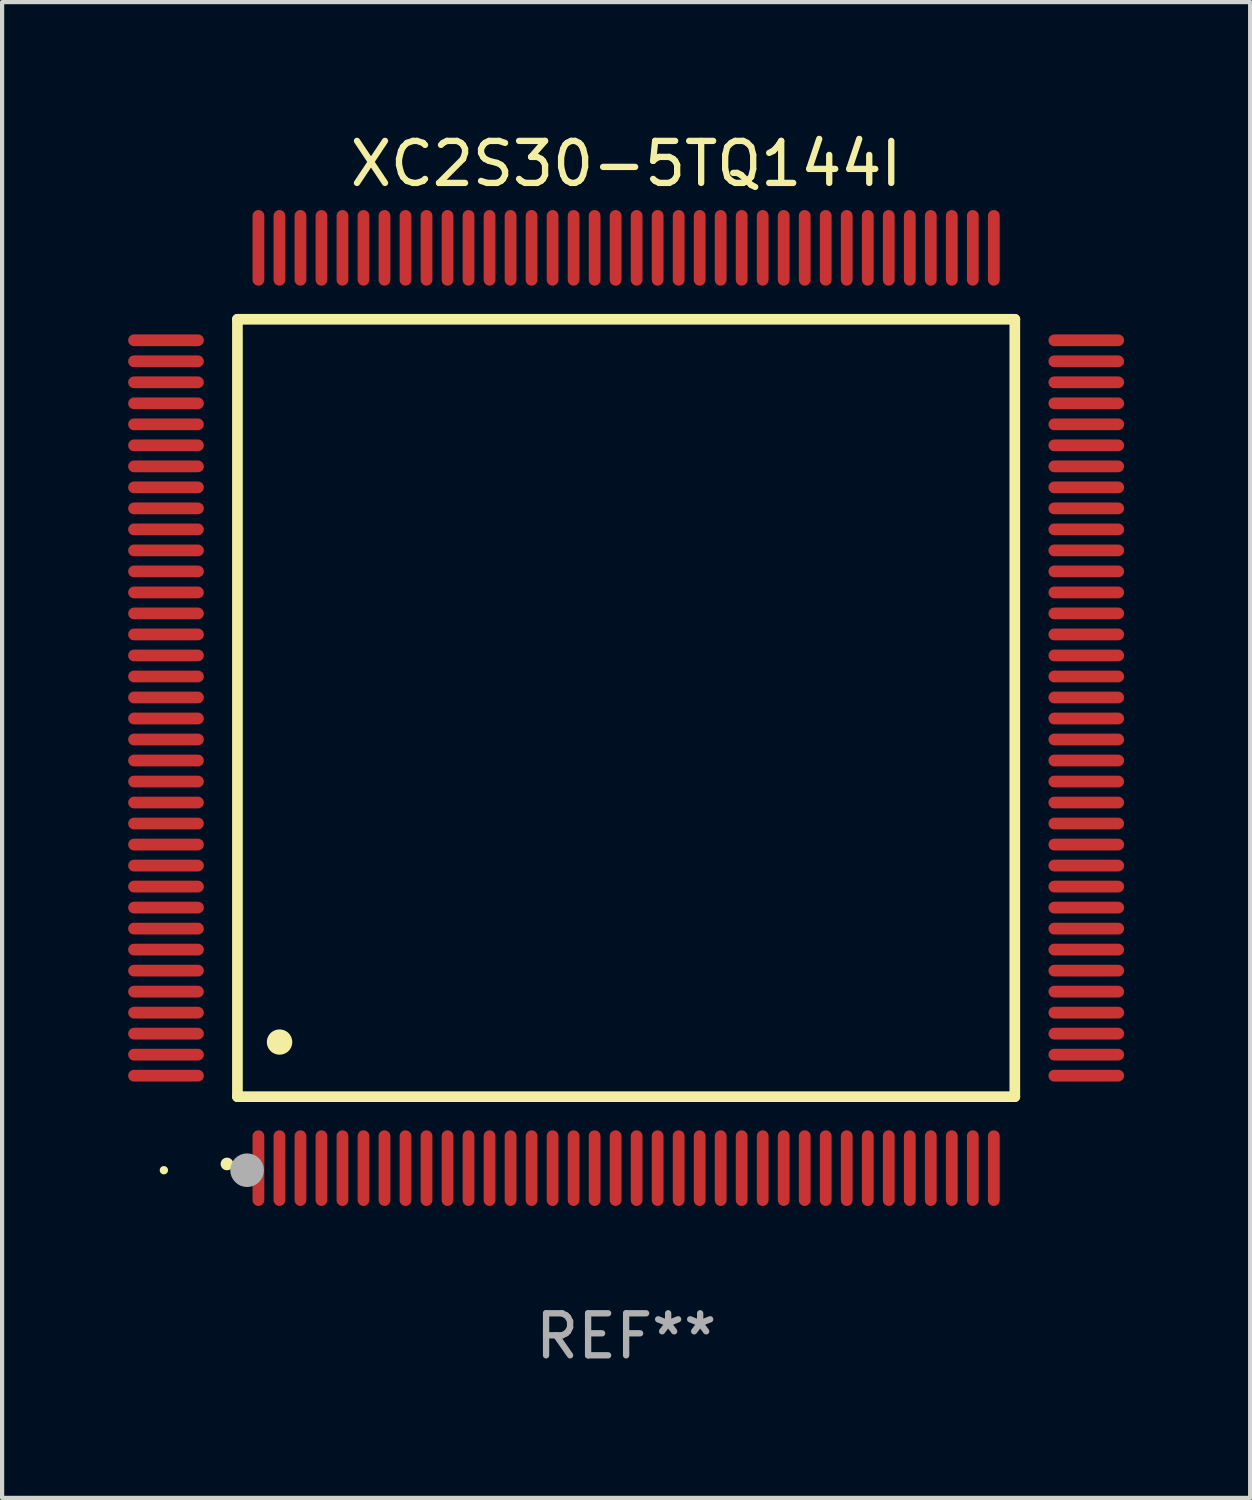
<source format=kicad_pcb>
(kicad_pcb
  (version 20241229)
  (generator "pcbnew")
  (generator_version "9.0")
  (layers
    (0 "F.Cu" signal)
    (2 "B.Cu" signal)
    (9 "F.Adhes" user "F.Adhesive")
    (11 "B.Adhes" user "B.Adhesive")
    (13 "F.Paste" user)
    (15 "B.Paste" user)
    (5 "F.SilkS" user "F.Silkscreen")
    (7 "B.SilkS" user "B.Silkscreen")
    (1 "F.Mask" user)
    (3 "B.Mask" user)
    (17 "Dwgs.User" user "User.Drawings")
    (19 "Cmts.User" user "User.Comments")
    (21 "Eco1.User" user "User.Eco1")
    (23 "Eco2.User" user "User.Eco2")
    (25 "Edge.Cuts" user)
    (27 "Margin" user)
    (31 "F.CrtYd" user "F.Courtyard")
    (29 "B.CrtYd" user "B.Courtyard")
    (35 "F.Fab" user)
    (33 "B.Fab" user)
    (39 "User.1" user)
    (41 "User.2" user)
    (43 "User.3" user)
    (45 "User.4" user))
  (footprint "XC2S30-5TQ144I"
    (layer "F.Cu")
    (at 11.85 13.798)
    (property "Reference" "XC2S30-5TQ144I" (at 0 -12.95 0) (layer "F.SilkS") (effects (font (size 1 1) (thickness 0.15))))
    (attr through_hole)
    (fp_line (start -9.25 -9.25) (end -9.25 9.25) (stroke (width 0.254) (type solid)) (layer "F.SilkS"))
    (fp_line (start -9.25 9.25) (end 9.25 9.25) (stroke (width 0.254) (type solid)) (layer "F.SilkS"))
    (fp_line (start 9.25 -9.25) (end -9.25 -9.25) (stroke (width 0.254) (type solid)) (layer "F.SilkS"))
    (fp_line (start 9.25 9.25) (end 9.25 -9.25) (stroke (width 0.254) (type solid)) (layer "F.SilkS"))
    (fp_arc (start -9.499619 10.850902) (mid -9.498349 10.850897) (end -9.497079 10.850902) (stroke (width 0.3) (type solid)) (layer "F.SilkS"))
    (fp_arc (start -8.249936 7.950216) (mid -8.247396 7.950205) (end -8.244856 7.950216) (stroke (width 0.6) (type solid)) (layer "F.SilkS"))
    (fp_circle (center -11 11) (end -10.95 11) (stroke (width 0.1) (type solid)) (fill no) (layer "F.SilkS"))
    (fp_circle (center -9.02 11) (end -8.82 11) (stroke (width 0.4) (type solid)) (fill no) (layer "F.Fab"))
    (fp_text user "REF**" (at 0 14.95 0) (layer "F.Fab") (effects (font (size 1 1) (thickness 0.15))))
    (pad "1" smd oval (at -8.75 10.95) (size 0.28 1.8) (layers "F.Cu" "F.Mask" "F.Paste"))
    (pad "2" smd oval (at -8.25 10.95) (size 0.28 1.8) (layers "F.Cu" "F.Mask" "F.Paste"))
    (pad "3" smd oval (at -7.75 10.95) (size 0.28 1.8) (layers "F.Cu" "F.Mask" "F.Paste"))
    (pad "4" smd oval (at -7.25 10.95) (size 0.28 1.8) (layers "F.Cu" "F.Mask" "F.Paste"))
    (pad "5" smd oval (at -6.75 10.95) (size 0.28 1.8) (layers "F.Cu" "F.Mask" "F.Paste"))
    (pad "6" smd oval (at -6.25 10.95) (size 0.28 1.8) (layers "F.Cu" "F.Mask" "F.Paste"))
    (pad "7" smd oval (at -5.75 10.95) (size 0.28 1.8) (layers "F.Cu" "F.Mask" "F.Paste"))
    (pad "8" smd oval (at -5.25 10.95) (size 0.28 1.8) (layers "F.Cu" "F.Mask" "F.Paste"))
    (pad "9" smd oval (at -4.75 10.95) (size 0.28 1.8) (layers "F.Cu" "F.Mask" "F.Paste"))
    (pad "10" smd oval (at -4.25 10.95) (size 0.28 1.8) (layers "F.Cu" "F.Mask" "F.Paste"))
    (pad "11" smd oval (at -3.75 10.95) (size 0.28 1.8) (layers "F.Cu" "F.Mask" "F.Paste"))
    (pad "12" smd oval (at -3.25 10.95) (size 0.28 1.8) (layers "F.Cu" "F.Mask" "F.Paste"))
    (pad "13" smd oval (at -2.75 10.95) (size 0.28 1.8) (layers "F.Cu" "F.Mask" "F.Paste"))
    (pad "14" smd oval (at -2.25 10.95) (size 0.28 1.8) (layers "F.Cu" "F.Mask" "F.Paste"))
    (pad "15" smd oval (at -1.75 10.95) (size 0.28 1.8) (layers "F.Cu" "F.Mask" "F.Paste"))
    (pad "16" smd oval (at -1.25 10.95) (size 0.28 1.8) (layers "F.Cu" "F.Mask" "F.Paste"))
    (pad "17" smd oval (at -0.75 10.95) (size 0.28 1.8) (layers "F.Cu" "F.Mask" "F.Paste"))
    (pad "18" smd oval (at -0.25 10.95) (size 0.28 1.8) (layers "F.Cu" "F.Mask" "F.Paste"))
    (pad "19" smd oval (at 0.25 10.95) (size 0.28 1.8) (layers "F.Cu" "F.Mask" "F.Paste"))
    (pad "20" smd oval (at 0.75 10.95) (size 0.28 1.8) (layers "F.Cu" "F.Mask" "F.Paste"))
    (pad "21" smd oval (at 1.25 10.95) (size 0.28 1.8) (layers "F.Cu" "F.Mask" "F.Paste"))
    (pad "22" smd oval (at 1.75 10.95) (size 0.28 1.8) (layers "F.Cu" "F.Mask" "F.Paste"))
    (pad "23" smd oval (at 2.25 10.95) (size 0.28 1.8) (layers "F.Cu" "F.Mask" "F.Paste"))
    (pad "24" smd oval (at 2.75 10.95) (size 0.28 1.8) (layers "F.Cu" "F.Mask" "F.Paste"))
    (pad "25" smd oval (at 3.25 10.95) (size 0.28 1.8) (layers "F.Cu" "F.Mask" "F.Paste"))
    (pad "26" smd oval (at 3.75 10.95) (size 0.28 1.8) (layers "F.Cu" "F.Mask" "F.Paste"))
    (pad "27" smd oval (at 4.25 10.95) (size 0.28 1.8) (layers "F.Cu" "F.Mask" "F.Paste"))
    (pad "28" smd oval (at 4.75 10.95) (size 0.28 1.8) (layers "F.Cu" "F.Mask" "F.Paste"))
    (pad "29" smd oval (at 5.25 10.95) (size 0.28 1.8) (layers "F.Cu" "F.Mask" "F.Paste"))
    (pad "30" smd oval (at 5.75 10.95) (size 0.28 1.8) (layers "F.Cu" "F.Mask" "F.Paste"))
    (pad "31" smd oval (at 6.25 10.95) (size 0.28 1.8) (layers "F.Cu" "F.Mask" "F.Paste"))
    (pad "32" smd oval (at 6.75 10.95) (size 0.28 1.8) (layers "F.Cu" "F.Mask" "F.Paste"))
    (pad "33" smd oval (at 7.25 10.95) (size 0.28 1.8) (layers "F.Cu" "F.Mask" "F.Paste"))
    (pad "34" smd oval (at 7.75 10.95) (size 0.28 1.8) (layers "F.Cu" "F.Mask" "F.Paste"))
    (pad "35" smd oval (at 8.25 10.95) (size 0.28 1.8) (layers "F.Cu" "F.Mask" "F.Paste"))
    (pad "36" smd oval (at 8.75 10.95) (size 0.28 1.8) (layers "F.Cu" "F.Mask" "F.Paste"))
    (pad "37" smd oval (at 10.95 8.75) (size 1.8 0.28) (layers "F.Cu" "F.Mask" "F.Paste"))
    (pad "38" smd oval (at 10.95 8.25) (size 1.8 0.28) (layers "F.Cu" "F.Mask" "F.Paste"))
    (pad "39" smd oval (at 10.95 7.75) (size 1.8 0.28) (layers "F.Cu" "F.Mask" "F.Paste"))
    (pad "40" smd oval (at 10.95 7.25) (size 1.8 0.28) (layers "F.Cu" "F.Mask" "F.Paste"))
    (pad "41" smd oval (at 10.95 6.75) (size 1.8 0.28) (layers "F.Cu" "F.Mask" "F.Paste"))
    (pad "42" smd oval (at 10.95 6.25) (size 1.8 0.28) (layers "F.Cu" "F.Mask" "F.Paste"))
    (pad "43" smd oval (at 10.95 5.75) (size 1.8 0.28) (layers "F.Cu" "F.Mask" "F.Paste"))
    (pad "44" smd oval (at 10.95 5.25) (size 1.8 0.28) (layers "F.Cu" "F.Mask" "F.Paste"))
    (pad "45" smd oval (at 10.95 4.75) (size 1.8 0.28) (layers "F.Cu" "F.Mask" "F.Paste"))
    (pad "46" smd oval (at 10.95 4.25) (size 1.8 0.28) (layers "F.Cu" "F.Mask" "F.Paste"))
    (pad "47" smd oval (at 10.95 3.75) (size 1.8 0.28) (layers "F.Cu" "F.Mask" "F.Paste"))
    (pad "48" smd oval (at 10.95 3.25) (size 1.8 0.28) (layers "F.Cu" "F.Mask" "F.Paste"))
    (pad "49" smd oval (at 10.95 2.75) (size 1.8 0.28) (layers "F.Cu" "F.Mask" "F.Paste"))
    (pad "50" smd oval (at 10.95 2.25) (size 1.8 0.28) (layers "F.Cu" "F.Mask" "F.Paste"))
    (pad "51" smd oval (at 10.95 1.75) (size 1.8 0.28) (layers "F.Cu" "F.Mask" "F.Paste"))
    (pad "52" smd oval (at 10.95 1.25) (size 1.8 0.28) (layers "F.Cu" "F.Mask" "F.Paste"))
    (pad "53" smd oval (at 10.95 0.75) (size 1.8 0.28) (layers "F.Cu" "F.Mask" "F.Paste"))
    (pad "54" smd oval (at 10.95 0.25) (size 1.8 0.28) (layers "F.Cu" "F.Mask" "F.Paste"))
    (pad "55" smd oval (at 10.95 -0.25) (size 1.8 0.28) (layers "F.Cu" "F.Mask" "F.Paste"))
    (pad "56" smd oval (at 10.95 -0.75) (size 1.8 0.28) (layers "F.Cu" "F.Mask" "F.Paste"))
    (pad "57" smd oval (at 10.95 -1.25) (size 1.8 0.28) (layers "F.Cu" "F.Mask" "F.Paste"))
    (pad "58" smd oval (at 10.95 -1.75) (size 1.8 0.28) (layers "F.Cu" "F.Mask" "F.Paste"))
    (pad "59" smd oval (at 10.95 -2.25) (size 1.8 0.28) (layers "F.Cu" "F.Mask" "F.Paste"))
    (pad "60" smd oval (at 10.95 -2.75) (size 1.8 0.28) (layers "F.Cu" "F.Mask" "F.Paste"))
    (pad "61" smd oval (at 10.95 -3.25) (size 1.8 0.28) (layers "F.Cu" "F.Mask" "F.Paste"))
    (pad "62" smd oval (at 10.95 -3.75) (size 1.8 0.28) (layers "F.Cu" "F.Mask" "F.Paste"))
    (pad "63" smd oval (at 10.95 -4.25) (size 1.8 0.28) (layers "F.Cu" "F.Mask" "F.Paste"))
    (pad "64" smd oval (at 10.95 -4.75) (size 1.8 0.28) (layers "F.Cu" "F.Mask" "F.Paste"))
    (pad "65" smd oval (at 10.95 -5.25) (size 1.8 0.28) (layers "F.Cu" "F.Mask" "F.Paste"))
    (pad "66" smd oval (at 10.95 -5.75) (size 1.8 0.28) (layers "F.Cu" "F.Mask" "F.Paste"))
    (pad "67" smd oval (at 10.95 -6.25) (size 1.8 0.28) (layers "F.Cu" "F.Mask" "F.Paste"))
    (pad "68" smd oval (at 10.95 -6.75) (size 1.8 0.28) (layers "F.Cu" "F.Mask" "F.Paste"))
    (pad "69" smd oval (at 10.95 -7.25) (size 1.8 0.28) (layers "F.Cu" "F.Mask" "F.Paste"))
    (pad "70" smd oval (at 10.95 -7.75) (size 1.8 0.28) (layers "F.Cu" "F.Mask" "F.Paste"))
    (pad "71" smd oval (at 10.95 -8.25) (size 1.8 0.28) (layers "F.Cu" "F.Mask" "F.Paste"))
    (pad "72" smd oval (at 10.95 -8.75) (size 1.8 0.28) (layers "F.Cu" "F.Mask" "F.Paste"))
    (pad "73" smd oval (at 8.75 -10.95) (size 0.28 1.8) (layers "F.Cu" "F.Mask" "F.Paste"))
    (pad "74" smd oval (at 8.25 -10.95) (size 0.28 1.8) (layers "F.Cu" "F.Mask" "F.Paste"))
    (pad "75" smd oval (at 7.75 -10.95) (size 0.28 1.8) (layers "F.Cu" "F.Mask" "F.Paste"))
    (pad "76" smd oval (at 7.25 -10.95) (size 0.28 1.8) (layers "F.Cu" "F.Mask" "F.Paste"))
    (pad "77" smd oval (at 6.75 -10.95) (size 0.28 1.8) (layers "F.Cu" "F.Mask" "F.Paste"))
    (pad "78" smd oval (at 6.25 -10.95) (size 0.28 1.8) (layers "F.Cu" "F.Mask" "F.Paste"))
    (pad "79" smd oval (at 5.75 -10.95) (size 0.28 1.8) (layers "F.Cu" "F.Mask" "F.Paste"))
    (pad "80" smd oval (at 5.25 -10.95) (size 0.28 1.8) (layers "F.Cu" "F.Mask" "F.Paste"))
    (pad "81" smd oval (at 4.75 -10.95) (size 0.28 1.8) (layers "F.Cu" "F.Mask" "F.Paste"))
    (pad "82" smd oval (at 4.25 -10.95) (size 0.28 1.8) (layers "F.Cu" "F.Mask" "F.Paste"))
    (pad "83" smd oval (at 3.75 -10.95) (size 0.28 1.8) (layers "F.Cu" "F.Mask" "F.Paste"))
    (pad "84" smd oval (at 3.25 -10.95) (size 0.28 1.8) (layers "F.Cu" "F.Mask" "F.Paste"))
    (pad "85" smd oval (at 2.75 -10.95) (size 0.28 1.8) (layers "F.Cu" "F.Mask" "F.Paste"))
    (pad "86" smd oval (at 2.25 -10.95) (size 0.28 1.8) (layers "F.Cu" "F.Mask" "F.Paste"))
    (pad "87" smd oval (at 1.75 -10.95) (size 0.28 1.8) (layers "F.Cu" "F.Mask" "F.Paste"))
    (pad "88" smd oval (at 1.25 -10.95) (size 0.28 1.8) (layers "F.Cu" "F.Mask" "F.Paste"))
    (pad "89" smd oval (at 0.75 -10.95) (size 0.28 1.8) (layers "F.Cu" "F.Mask" "F.Paste"))
    (pad "90" smd oval (at 0.25 -10.95) (size 0.28 1.8) (layers "F.Cu" "F.Mask" "F.Paste"))
    (pad "91" smd oval (at -0.25 -10.95) (size 0.28 1.8) (layers "F.Cu" "F.Mask" "F.Paste"))
    (pad "92" smd oval (at -0.75 -10.95) (size 0.28 1.8) (layers "F.Cu" "F.Mask" "F.Paste"))
    (pad "93" smd oval (at -1.25 -10.95) (size 0.28 1.8) (layers "F.Cu" "F.Mask" "F.Paste"))
    (pad "94" smd oval (at -1.75 -10.95) (size 0.28 1.8) (layers "F.Cu" "F.Mask" "F.Paste"))
    (pad "95" smd oval (at -2.25 -10.95) (size 0.28 1.8) (layers "F.Cu" "F.Mask" "F.Paste"))
    (pad "96" smd oval (at -2.75 -10.95) (size 0.28 1.8) (layers "F.Cu" "F.Mask" "F.Paste"))
    (pad "97" smd oval (at -3.25 -10.95) (size 0.28 1.8) (layers "F.Cu" "F.Mask" "F.Paste"))
    (pad "98" smd oval (at -3.75 -10.95) (size 0.28 1.8) (layers "F.Cu" "F.Mask" "F.Paste"))
    (pad "99" smd oval (at -4.25 -10.95) (size 0.28 1.8) (layers "F.Cu" "F.Mask" "F.Paste"))
    (pad "100" smd oval (at -4.75 -10.95) (size 0.28 1.8) (layers "F.Cu" "F.Mask" "F.Paste"))
    (pad "101" smd oval (at -5.25 -10.95) (size 0.28 1.8) (layers "F.Cu" "F.Mask" "F.Paste"))
    (pad "102" smd oval (at -5.75 -10.95) (size 0.28 1.8) (layers "F.Cu" "F.Mask" "F.Paste"))
    (pad "103" smd oval (at -6.25 -10.95) (size 0.28 1.8) (layers "F.Cu" "F.Mask" "F.Paste"))
    (pad "104" smd oval (at -6.75 -10.95) (size 0.28 1.8) (layers "F.Cu" "F.Mask" "F.Paste"))
    (pad "105" smd oval (at -7.25 -10.95) (size 0.28 1.8) (layers "F.Cu" "F.Mask" "F.Paste"))
    (pad "106" smd oval (at -7.75 -10.95) (size 0.28 1.8) (layers "F.Cu" "F.Mask" "F.Paste"))
    (pad "107" smd oval (at -8.25 -10.95) (size 0.28 1.8) (layers "F.Cu" "F.Mask" "F.Paste"))
    (pad "108" smd oval (at -8.75 -10.95) (size 0.28 1.8) (layers "F.Cu" "F.Mask" "F.Paste"))
    (pad "109" smd oval (at -10.95 -8.75) (size 1.8 0.28) (layers "F.Cu" "F.Mask" "F.Paste"))
    (pad "110" smd oval (at -10.95 -8.25) (size 1.8 0.28) (layers "F.Cu" "F.Mask" "F.Paste"))
    (pad "111" smd oval (at -10.95 -7.75) (size 1.8 0.28) (layers "F.Cu" "F.Mask" "F.Paste"))
    (pad "112" smd oval (at -10.95 -7.25) (size 1.8 0.28) (layers "F.Cu" "F.Mask" "F.Paste"))
    (pad "113" smd oval (at -10.95 -6.75) (size 1.8 0.28) (layers "F.Cu" "F.Mask" "F.Paste"))
    (pad "114" smd oval (at -10.95 -6.25) (size 1.8 0.28) (layers "F.Cu" "F.Mask" "F.Paste"))
    (pad "115" smd oval (at -10.95 -5.75) (size 1.8 0.28) (layers "F.Cu" "F.Mask" "F.Paste"))
    (pad "116" smd oval (at -10.95 -5.25) (size 1.8 0.28) (layers "F.Cu" "F.Mask" "F.Paste"))
    (pad "117" smd oval (at -10.95 -4.75) (size 1.8 0.28) (layers "F.Cu" "F.Mask" "F.Paste"))
    (pad "118" smd oval (at -10.95 -4.25) (size 1.8 0.28) (layers "F.Cu" "F.Mask" "F.Paste"))
    (pad "119" smd oval (at -10.95 -3.75) (size 1.8 0.28) (layers "F.Cu" "F.Mask" "F.Paste"))
    (pad "120" smd oval (at -10.95 -3.25) (size 1.8 0.28) (layers "F.Cu" "F.Mask" "F.Paste"))
    (pad "121" smd oval (at -10.95 -2.75) (size 1.8 0.28) (layers "F.Cu" "F.Mask" "F.Paste"))
    (pad "122" smd oval (at -10.95 -2.25) (size 1.8 0.28) (layers "F.Cu" "F.Mask" "F.Paste"))
    (pad "123" smd oval (at -10.95 -1.75) (size 1.8 0.28) (layers "F.Cu" "F.Mask" "F.Paste"))
    (pad "124" smd oval (at -10.95 -1.25) (size 1.8 0.28) (layers "F.Cu" "F.Mask" "F.Paste"))
    (pad "125" smd oval (at -10.95 -0.75) (size 1.8 0.28) (layers "F.Cu" "F.Mask" "F.Paste"))
    (pad "126" smd oval (at -10.95 -0.25) (size 1.8 0.28) (layers "F.Cu" "F.Mask" "F.Paste"))
    (pad "127" smd oval (at -10.95 0.25) (size 1.8 0.28) (layers "F.Cu" "F.Mask" "F.Paste"))
    (pad "128" smd oval (at -10.95 0.75) (size 1.8 0.28) (layers "F.Cu" "F.Mask" "F.Paste"))
    (pad "129" smd oval (at -10.95 1.25) (size 1.8 0.28) (layers "F.Cu" "F.Mask" "F.Paste"))
    (pad "130" smd oval (at -10.95 1.75) (size 1.8 0.28) (layers "F.Cu" "F.Mask" "F.Paste"))
    (pad "131" smd oval (at -10.95 2.25) (size 1.8 0.28) (layers "F.Cu" "F.Mask" "F.Paste"))
    (pad "132" smd oval (at -10.95 2.75) (size 1.8 0.28) (layers "F.Cu" "F.Mask" "F.Paste"))
    (pad "133" smd oval (at -10.95 3.25) (size 1.8 0.28) (layers "F.Cu" "F.Mask" "F.Paste"))
    (pad "134" smd oval (at -10.95 3.75) (size 1.8 0.28) (layers "F.Cu" "F.Mask" "F.Paste"))
    (pad "135" smd oval (at -10.95 4.25) (size 1.8 0.28) (layers "F.Cu" "F.Mask" "F.Paste"))
    (pad "136" smd oval (at -10.95 4.75) (size 1.8 0.28) (layers "F.Cu" "F.Mask" "F.Paste"))
    (pad "137" smd oval (at -10.95 5.25) (size 1.8 0.28) (layers "F.Cu" "F.Mask" "F.Paste"))
    (pad "138" smd oval (at -10.95 5.75) (size 1.8 0.28) (layers "F.Cu" "F.Mask" "F.Paste"))
    (pad "139" smd oval (at -10.95 6.25) (size 1.8 0.28) (layers "F.Cu" "F.Mask" "F.Paste"))
    (pad "140" smd oval (at -10.95 6.75) (size 1.8 0.28) (layers "F.Cu" "F.Mask" "F.Paste"))
    (pad "141" smd oval (at -10.95 7.25) (size 1.8 0.28) (layers "F.Cu" "F.Mask" "F.Paste"))
    (pad "142" smd oval (at -10.95 7.75) (size 1.8 0.28) (layers "F.Cu" "F.Mask" "F.Paste"))
    (pad "143" smd oval (at -10.95 8.25) (size 1.8 0.28) (layers "F.Cu" "F.Mask" "F.Paste"))
    (pad "144" smd oval (at -10.95 8.75) (size 1.8 0.28) (layers "F.Cu" "F.Mask" "F.Paste")))
  (gr_rect
    (start -3 -3)
    (end 26.7 32.596)
    (stroke (width 0.1) (type default))
    (fill no)
    (layer "Edge.Cuts")))
</source>
